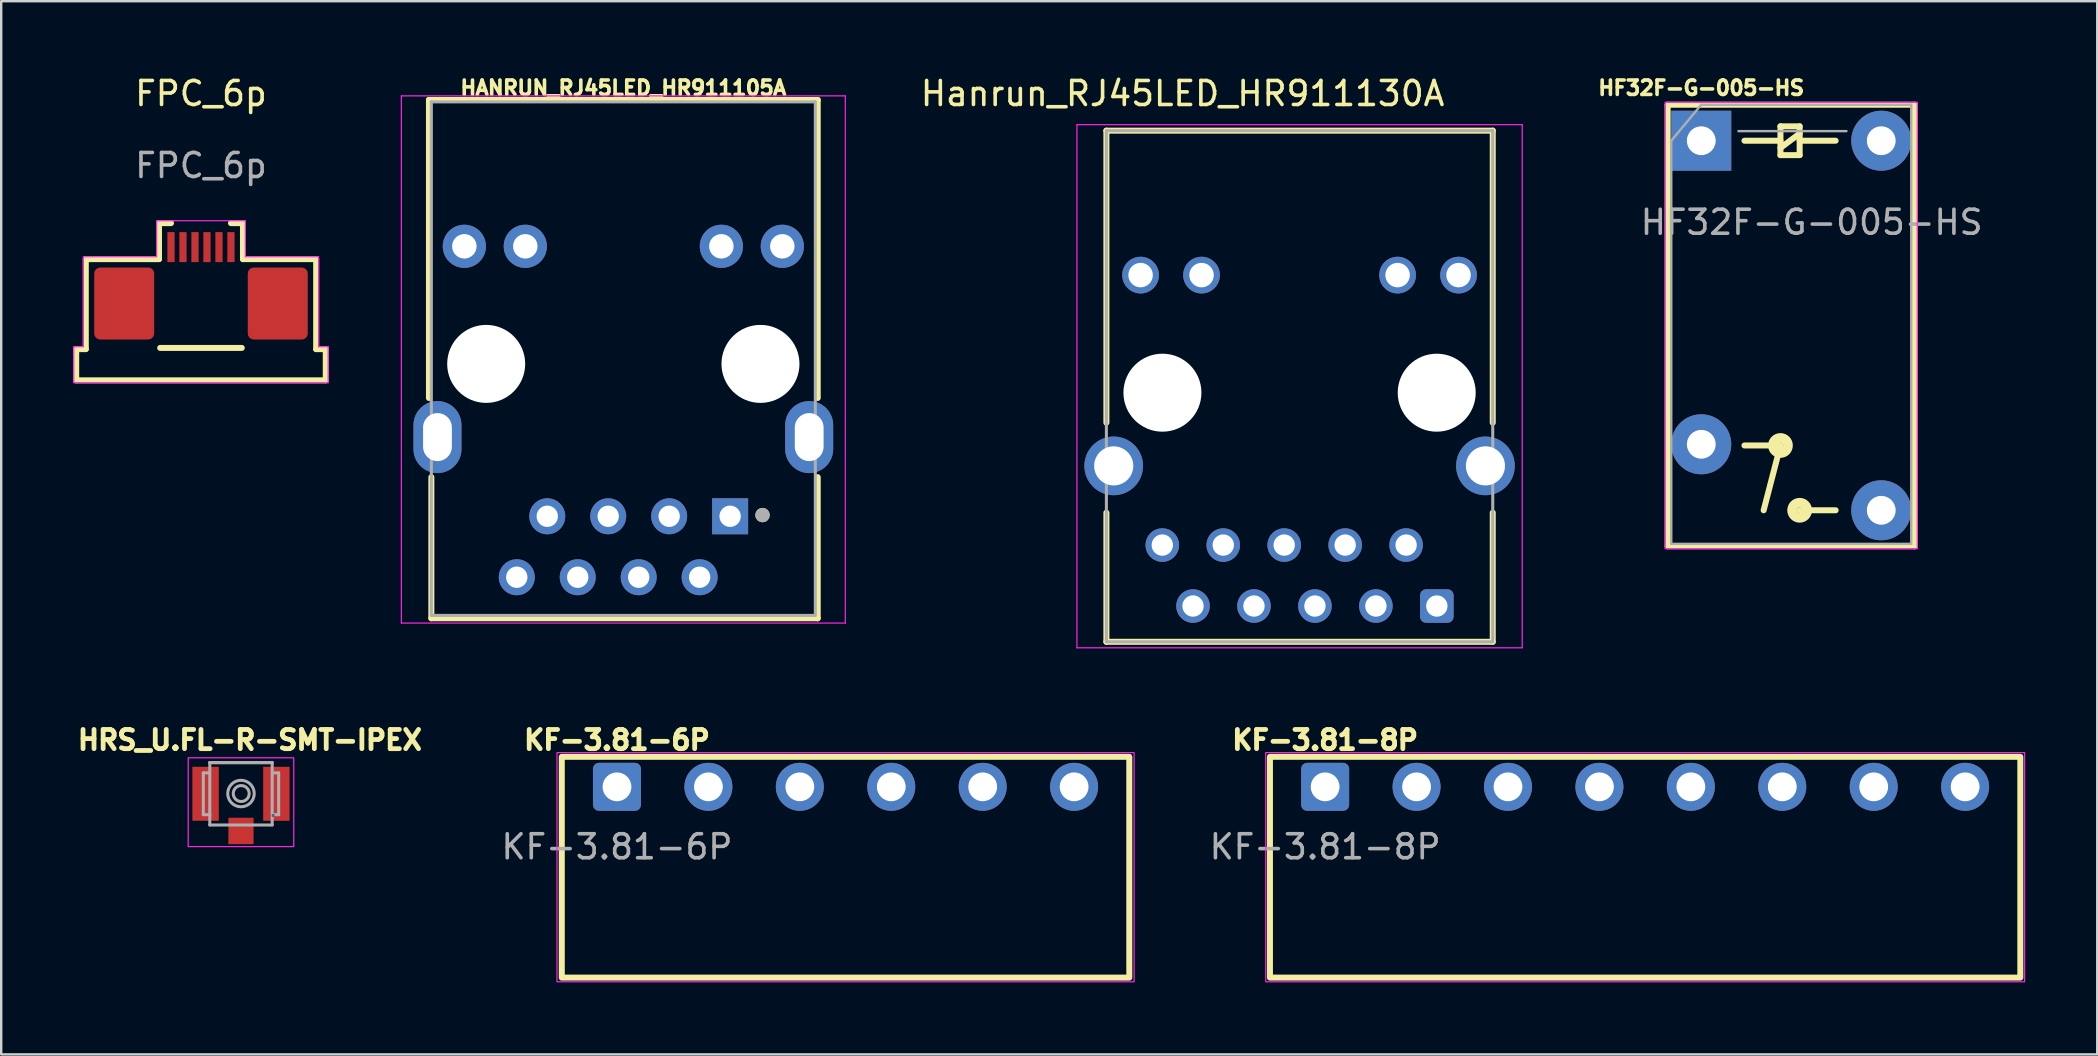
<source format=kicad_pcb>
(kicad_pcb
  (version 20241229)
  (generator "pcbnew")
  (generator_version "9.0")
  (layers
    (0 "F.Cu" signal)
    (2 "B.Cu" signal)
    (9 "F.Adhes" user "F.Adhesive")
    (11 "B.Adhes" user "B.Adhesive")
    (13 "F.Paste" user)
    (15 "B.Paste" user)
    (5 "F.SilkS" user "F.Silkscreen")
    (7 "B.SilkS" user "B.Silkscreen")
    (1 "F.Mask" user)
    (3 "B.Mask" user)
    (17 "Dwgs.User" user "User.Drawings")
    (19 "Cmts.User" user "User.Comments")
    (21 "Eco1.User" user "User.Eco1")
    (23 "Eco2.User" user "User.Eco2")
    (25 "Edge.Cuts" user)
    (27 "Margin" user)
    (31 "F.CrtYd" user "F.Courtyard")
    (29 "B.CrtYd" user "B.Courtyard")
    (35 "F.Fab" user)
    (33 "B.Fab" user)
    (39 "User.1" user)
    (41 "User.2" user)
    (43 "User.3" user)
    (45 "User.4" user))
  (footprint "HRS_U.FL-R-SMT-IPEX"
    (layer "F.Cu")
    (at 6.992 30.028)
    (property "Reference" "HRS_U.FL-R-SMT-IPEX" (at 0.371 -2.24 0) (layer "F.SilkS") (effects (font (size 0.8 0.8) (thickness 0.2) (bold yes))))
    (attr smd)
    (fp_line (start 1.3 -1.3) (end -1.3 -1.3) (stroke (width 0.127) (type solid)) (layer "F.SilkS"))
    (fp_rect (start -2.2 -1.5) (end 2.2 2.2) (stroke (width 0.05) (type default)) (fill no) (layer "F.CrtYd"))
    (fp_line (start 1.34 0.9) (end 1.34 0.91) (stroke (width 0.127) (type solid)) (layer "B.Fab"))
    (fp_line (start -1.57 -0.87) (end -1.57 0.87) (stroke (width 0.127) (type solid)) (layer "F.Fab"))
    (fp_line (start -1.57 -0.87) (end -1.33 -0.87) (stroke (width 0.127) (type solid)) (layer "F.Fab"))
    (fp_line (start -1.57 0.87) (end -1.3 0.87) (stroke (width 0.127) (type solid)) (layer "F.Fab"))
    (fp_line (start -1.33 -0.87) (end -1.33 -0.88) (stroke (width 0.127) (type solid)) (layer "F.Fab"))
    (fp_line (start -1.3 -1.3) (end 1.3 -1.3) (stroke (width 0.127) (type solid)) (layer "F.Fab"))
    (fp_line (start -1.3 0.87) (end -1.3 -1.3) (stroke (width 0.127) (type solid)) (layer "F.Fab"))
    (fp_line (start -1.3 1.3) (end -1.3 0.87) (stroke (width 0.127) (type solid)) (layer "F.Fab"))
    (fp_line (start -1.3 1.3) (end 1.3 1.3) (stroke (width 0.127) (type solid)) (layer "F.Fab"))
    (fp_line (start 1.3 -1.3) (end 1.3 1.3) (stroke (width 0.127) (type solid)) (layer "F.Fab"))
    (fp_line (start 1.38 -0.87) (end 1.57 -0.87) (stroke (width 0.127) (type solid)) (layer "F.Fab"))
    (fp_line (start 1.57 -0.87) (end 1.57 0.87) (stroke (width 0.127) (type solid)) (layer "F.Fab"))
    (fp_line (start 1.57 0.87) (end 1.34 0.87) (stroke (width 0.127) (type solid)) (layer "F.Fab"))
    (fp_circle (center 0 -0.01) (end 0.552 -0.01) (stroke (width 0.127) (type solid)) (fill no) (layer "F.Fab"))
    (fp_circle (center 0.01 -0.01) (end 0.342 -0.01) (stroke (width 0.127) (type solid)) (fill no) (layer "F.Fab"))
    (pad "1" smd rect (at 0 1.55) (size 1.05 1.1) (layers "F.Cu" "F.Mask" "F.Paste"))
    (pad "2" smd rect (at -1.475 0) (size 1.1 2.25) (layers "F.Cu" "F.Mask" "F.Paste"))
    (pad "2" smd rect (at 1.475 0) (size 1.1 2.25) (layers "F.Cu" "F.Mask" "F.Paste"))
    (zone (net_name "") (layer "F.Cu") (hatch full 0.508) (connect_pads) (min_thickness 0.01) (filled_areas_thickness no) (keepout (tracks not_allowed) (vias not_allowed) (pads not_allowed) (copperpour not_allowed) (footprints allowed)) (placement (enabled no)) (fill) (polygon (pts (xy 6.088 28.878) (xy 7.892 28.878) (xy 7.892 30.991) (xy 6.088 30.991)))))
  (footprint "KF-3.81-8P"
    (layer "F.Cu")
    (at 52.17 29.738)
    (property "Reference" "KF-3.81-8P" (at 0 -1.95 0) (unlocked yes) (layer "F.SilkS") (effects (font (size 0.8 0.8) (thickness 0.2) (bold yes))))
    (attr through_hole)
    (fp_rect (start -2.3 -1.25) (end 28.97 7.95) (stroke (width 0.25) (type default)) (fill no) (layer "F.SilkS"))
    (fp_rect (start -2.475 -1.425) (end 29.15 8.125) (stroke (width 0.05) (type default)) (fill no) (layer "F.CrtYd"))
    (fp_text user "${REFERENCE}" (at 0 2.5 0) (unlocked yes) (layer "F.Fab") (effects (font (size 1 1) (thickness 0.15))))
    (pad "1" thru_hole roundrect (at 0 0) (size 2 2) (drill 1.2) (layers "*.Cu" "*.Mask") (roundrect_rratio 0.125))
    (pad "2" thru_hole circle (at 3.81 0) (size 2 2) (drill 1.2) (layers "*.Cu" "*.Mask"))
    (pad "3" thru_hole circle (at 7.62 0) (size 2 2) (drill 1.2) (layers "*.Cu" "*.Mask"))
    (pad "4" thru_hole circle (at 11.43 0) (size 2 2) (drill 1.2) (layers "*.Cu" "*.Mask"))
    (pad "5" thru_hole circle (at 15.24 0) (size 2 2) (drill 1.2) (layers "*.Cu" "*.Mask"))
    (pad "6" thru_hole circle (at 19.05 0) (size 2 2) (drill 1.2) (layers "*.Cu" "*.Mask"))
    (pad "7" thru_hole circle (at 22.86 0) (size 2 2) (drill 1.2) (layers "*.Cu" "*.Mask"))
    (pad "8" thru_hole circle (at 26.67 0) (size 2 2) (drill 1.2) (layers "*.Cu" "*.Mask")))
  (footprint "KF-3.81-6P"
    (layer "F.Cu")
    (at 22.66 29.738)
    (property "Reference" "KF-3.81-6P" (at 0 -1.95 0) (unlocked yes) (layer "F.SilkS") (effects (font (size 0.8 0.8) (thickness 0.2) (bold yes))))
    (attr through_hole)
    (fp_rect (start -2.3 -1.25) (end 21.35 7.95) (stroke (width 0.25) (type default)) (fill no) (layer "F.SilkS"))
    (fp_rect (start -2.5 -1.425) (end 21.55 8.125) (stroke (width 0.05) (type default)) (fill no) (layer "F.CrtYd"))
    (fp_text user "${REFERENCE}" (at 0 2.5 0) (unlocked yes) (layer "F.Fab") (effects (font (size 1 1) (thickness 0.15))))
    (pad "1" thru_hole roundrect (at 0 0) (size 2 2) (drill 1.2) (layers "*.Cu" "*.Mask") (roundrect_rratio 0.125))
    (pad "2" thru_hole circle (at 3.81 0) (size 2 2) (drill 1.2) (layers "*.Cu" "*.Mask"))
    (pad "3" thru_hole circle (at 7.62 0) (size 2 2) (drill 1.2) (layers "*.Cu" "*.Mask"))
    (pad "4" thru_hole circle (at 11.43 0) (size 2 2) (drill 1.2) (layers "*.Cu" "*.Mask"))
    (pad "5" thru_hole circle (at 15.24 0) (size 2 2) (drill 1.2) (layers "*.Cu" "*.Mask"))
    (pad "6" thru_hole circle (at 19.05 0) (size 2 2) (drill 1.2) (layers "*.Cu" "*.Mask")))
  (footprint "HANRUN_RJ45LED_HR911105A"
    (layer "F.Cu")
    (at 22.925 12.114)
    (property "Reference" "HANRUN_RJ45LED_HR911105A" (at 0 -11.5 0) (layer "F.SilkS") (effects (font (size 0.6 0.6) (thickness 0.15) (bold yes))))
    (attr through_hole)
    (fp_line (start -8.1 -11) (end -8.1 1.42) (stroke (width 0.25) (type solid)) (layer "F.SilkS"))
    (fp_line (start -8 4.72) (end -8 10.6) (stroke (width 0.25) (type solid)) (layer "F.SilkS"))
    (fp_line (start 8.1 -11) (end -8.1 -11) (stroke (width 0.25) (type solid)) (layer "F.SilkS"))
    (fp_line (start 8.1 -11) (end 8.1 1.42) (stroke (width 0.25) (type solid)) (layer "F.SilkS"))
    (fp_line (start 8.1 4.72) (end 8.1 10.6) (stroke (width 0.25) (type solid)) (layer "F.SilkS"))
    (fp_line (start 8.1 10.6) (end -8 10.6) (stroke (width 0.25) (type solid)) (layer "F.SilkS"))
    (fp_circle (center 5.8 6.3) (end 5.95 6.3) (stroke (width 0.3) (type solid)) (fill no) (layer "F.SilkS"))
    (fp_line (start -9.25 -11.17) (end -9.25 10.8) (stroke (width 0.05) (type solid)) (layer "F.CrtYd"))
    (fp_line (start -9.25 10.8) (end 9.25 10.8) (stroke (width 0.05) (type solid)) (layer "F.CrtYd"))
    (fp_line (start 9.25 -11.17) (end -9.25 -11.17) (stroke (width 0.05) (type solid)) (layer "F.CrtYd"))
    (fp_line (start 9.25 10.8) (end 9.25 -11.17) (stroke (width 0.05) (type solid)) (layer "F.CrtYd"))
    (fp_line (start -8 -10.92) (end -8 10.48) (stroke (width 0.127) (type solid)) (layer "F.Fab"))
    (fp_line (start -8 10.48) (end 8 10.48) (stroke (width 0.127) (type solid)) (layer "F.Fab"))
    (fp_line (start 8 -10.92) (end -8 -10.92) (stroke (width 0.127) (type solid)) (layer "F.Fab"))
    (fp_line (start 8 10.48) (end 8 -10.92) (stroke (width 0.127) (type solid)) (layer "F.Fab"))
    (fp_circle (center 5.8 6.3) (end 5.95 6.3) (stroke (width 0.3) (type solid)) (fill no) (layer "F.Fab"))
    (pad "" np_thru_hole circle (at -5.715 0) (size 3.25 3.25) (drill 3.25) (layers "*.Cu" "*.Mask"))
    (pad "" np_thru_hole circle (at 5.715 0) (size 3.25 3.25) (drill 3.25) (layers "*.Cu" "*.Mask"))
    (pad "1" thru_hole rect (at 4.45 6.35) (size 1.5 1.5) (drill 0.89) (layers "*.Cu" "*.Mask"))
    (pad "2" thru_hole circle (at 3.18 8.89) (size 1.5 1.5) (drill 0.89) (layers "*.Cu" "*.Mask"))
    (pad "3" thru_hole circle (at 1.91 6.35) (size 1.5 1.5) (drill 0.89) (layers "*.Cu" "*.Mask"))
    (pad "4" thru_hole circle (at 0.64 8.89) (size 1.5 1.5) (drill 0.89) (layers "*.Cu" "*.Mask"))
    (pad "5" thru_hole circle (at -0.63 6.35) (size 1.5 1.5) (drill 0.89) (layers "*.Cu" "*.Mask"))
    (pad "6" thru_hole circle (at -1.9 8.89) (size 1.5 1.5) (drill 0.89) (layers "*.Cu" "*.Mask"))
    (pad "7" thru_hole circle (at -3.17 6.35) (size 1.5 1.5) (drill 0.89) (layers "*.Cu" "*.Mask"))
    (pad "8" thru_hole circle (at -4.44 8.89) (size 1.5 1.5) (drill 0.89) (layers "*.Cu" "*.Mask"))
    (pad "9" thru_hole circle (at 6.625 -4.9) (size 1.8 1.8) (drill 1.02) (layers "*.Cu" "*.Mask"))
    (pad "10" thru_hole circle (at 4.085 -4.9) (size 1.8 1.8) (drill 1.02) (layers "*.Cu" "*.Mask"))
    (pad "11" thru_hole circle (at -4.085 -4.9) (size 1.8 1.8) (drill 1.02) (layers "*.Cu" "*.Mask"))
    (pad "12" thru_hole circle (at -6.625 -4.9) (size 1.8 1.8) (drill 1.02) (layers "*.Cu" "*.Mask"))
    (pad "SH" thru_hole oval (at -7.745 3.05) (size 2 3) (drill oval 1.2 2) (layers "*.Cu" "*.Mask"))
    (pad "SH" thru_hole oval (at 7.745 3.05) (size 2 3) (drill oval 1.2 2) (layers "*.Cu" "*.Mask")))
  (footprint "FPC_6p"
    (layer "F.Cu")
    (at 5.325 9.548)
    (property "Reference" "FPC_6p" (at 0 -8.7 0) (unlocked yes) (layer "F.SilkS") (effects (font (size 1 1) (thickness 0.15))))
    (attr smd)
    (fp_line (start -5.2 1.95) (end -5.2 3.25) (stroke (width 0.25) (type solid)) (layer "F.SilkS"))
    (fp_line (start -5.2 1.95) (end -4.8 1.95) (stroke (width 0.25) (type solid)) (layer "F.SilkS"))
    (fp_line (start -5.2 3.25) (end 5.2 3.25) (stroke (width 0.25) (type solid)) (layer "F.SilkS"))
    (fp_line (start -4.8 -1.8) (end -4.8 1.95) (stroke (width 0.25) (type solid)) (layer "F.SilkS"))
    (fp_line (start -4.8 -1.8) (end -1.75 -1.8) (stroke (width 0.25) (type solid)) (layer "F.SilkS"))
    (fp_line (start -1.75 -3.3) (end -1.25 -3.3) (stroke (width 0.25) (type solid)) (layer "F.SilkS"))
    (fp_line (start -1.75 -1.8) (end -1.75 -3.3) (stroke (width 0.25) (type solid)) (layer "F.SilkS"))
    (fp_line (start -1.7 1.9) (end 1.7 1.9) (stroke (width 0.25) (type default)) (layer "F.SilkS"))
    (fp_line (start 1.75 -3.3) (end 1.25 -3.3) (stroke (width 0.25) (type solid)) (layer "F.SilkS"))
    (fp_line (start 1.75 -1.8) (end 1.75 -3.3) (stroke (width 0.25) (type solid)) (layer "F.SilkS"))
    (fp_line (start 1.75 -1.8) (end 4.8 -1.8) (stroke (width 0.25) (type solid)) (layer "F.SilkS"))
    (fp_line (start 4.8 -1.8) (end 4.8 1.95) (stroke (width 0.25) (type solid)) (layer "F.SilkS"))
    (fp_line (start 4.8 1.95) (end 5.2 1.95) (stroke (width 0.25) (type solid)) (layer "F.SilkS"))
    (fp_line (start 5.2 1.95) (end 5.2 3.25) (stroke (width 0.25) (type solid)) (layer "F.SilkS"))
    (fp_line (start -5.3 1.85) (end -4.9 1.85) (stroke (width 0.05) (type solid)) (layer "F.CrtYd"))
    (fp_line (start -5.3 3.35) (end -5.3 1.85) (stroke (width 0.05) (type solid)) (layer "F.CrtYd"))
    (fp_line (start -4.9 -1.9) (end -1.85 -1.9) (stroke (width 0.05) (type solid)) (layer "F.CrtYd"))
    (fp_line (start -4.9 1.85) (end -4.9 -1.9) (stroke (width 0.05) (type solid)) (layer "F.CrtYd"))
    (fp_line (start -1.85 -3.4) (end 1.85 -3.4) (stroke (width 0.05) (type solid)) (layer "F.CrtYd"))
    (fp_line (start -1.85 -1.9) (end -1.85 -3.4) (stroke (width 0.05) (type solid)) (layer "F.CrtYd"))
    (fp_line (start 1.85 -3.4) (end 1.85 -1.9) (stroke (width 0.05) (type solid)) (layer "F.CrtYd"))
    (fp_line (start 1.85 -1.9) (end 4.9 -1.9) (stroke (width 0.05) (type solid)) (layer "F.CrtYd"))
    (fp_line (start 4.9 -1.9) (end 4.9 1.85) (stroke (width 0.05) (type solid)) (layer "F.CrtYd"))
    (fp_line (start 4.9 1.85) (end 5.3 1.85) (stroke (width 0.05) (type solid)) (layer "F.CrtYd"))
    (fp_line (start 5.3 1.85) (end 5.3 3.35) (stroke (width 0.05) (type solid)) (layer "F.CrtYd"))
    (fp_line (start 5.3 3.35) (end -5.3 3.35) (stroke (width 0.05) (type solid)) (layer "F.CrtYd"))
    (fp_text user "${REFERENCE}" (at 0 -5.7 0) (unlocked yes) (layer "F.Fab") (effects (font (size 1 1) (thickness 0.15))))
    (pad "1" smd rect (at 1.25 -2.3 180) (size 0.3 1.25) (layers "F.Cu" "F.Mask" "F.Paste"))
    (pad "2" smd rect (at 0.75 -2.3 180) (size 0.3 1.25) (layers "F.Cu" "F.Mask" "F.Paste"))
    (pad "3" smd rect (at 0.25 -2.3 180) (size 0.3 1.25) (layers "F.Cu" "F.Mask" "F.Paste"))
    (pad "4" smd rect (at -0.25 -2.3 180) (size 0.3 1.25) (layers "F.Cu" "F.Mask" "F.Paste"))
    (pad "5" smd rect (at -0.75 -2.3 180) (size 0.3 1.25) (layers "F.Cu" "F.Mask" "F.Paste"))
    (pad "6" smd rect (at -1.25 -2.3 180) (size 0.3 1.25) (layers "F.Cu" "F.Mask" "F.Paste"))
    (pad "7" smd roundrect (at 3.2 0.05) (size 2.5 3) (layers "F.Cu" "F.Mask" "F.Paste") (roundrect_rratio 0.1))
    (pad "8" smd roundrect (at -3.2 0.05) (size 2.5 3) (layers "F.Cu" "F.Mask" "F.Paste") (roundrect_rratio 0.1)))
  (footprint "Hanrun_RJ45LED_HR911130A"
    (layer "F.Cu")
    (at 51.105 13.314)
    (property "Reference" "Hanrun_RJ45LED_HR911130A" (at -4.875 -12.466 0) (layer "F.SilkS") (effects (font (size 1 1) (thickness 0.15))))
    (attr through_hole)
    (fp_line (start -8.05 1.25) (end -8.05 -10.92) (stroke (width 0.25) (type solid)) (layer "F.SilkS"))
    (fp_line (start -8.05 10.38) (end -8.05 5) (stroke (width 0.25) (type solid)) (layer "F.SilkS"))
    (fp_line (start -8.05 10.38) (end 8.05 10.38) (stroke (width 0.25) (type solid)) (layer "F.SilkS"))
    (fp_line (start 8.05 -10.92) (end -8.05 -10.92) (stroke (width 0.25) (type solid)) (layer "F.SilkS"))
    (fp_line (start 8.05 1.25) (end 8.05 -10.92) (stroke (width 0.25) (type solid)) (layer "F.SilkS"))
    (fp_line (start 8.05 10.38) (end 8.05 5) (stroke (width 0.25) (type solid)) (layer "F.SilkS"))
    (fp_line (start -9.277 -11.17) (end 9.277 -11.17) (stroke (width 0.05) (type solid)) (layer "F.CrtYd"))
    (fp_line (start -9.277 10.63) (end -9.277 -11.17) (stroke (width 0.05) (type solid)) (layer "F.CrtYd"))
    (fp_line (start 9.277 -11.17) (end 9.277 10.63) (stroke (width 0.05) (type solid)) (layer "F.CrtYd"))
    (fp_line (start 9.277 10.63) (end -9.277 10.63) (stroke (width 0.05) (type solid)) (layer "F.CrtYd"))
    (fp_line (start -8.05 -10.92) (end -8.05 10.38) (stroke (width 0.127) (type solid)) (layer "F.Fab"))
    (fp_line (start -8.05 10.38) (end 8.05 10.38) (stroke (width 0.127) (type solid)) (layer "F.Fab"))
    (fp_line (start 8.05 -10.92) (end -8.05 -10.92) (stroke (width 0.127) (type solid)) (layer "F.Fab"))
    (fp_line (start 8.05 10.38) (end 8.05 -10.92) (stroke (width 0.127) (type solid)) (layer "F.Fab"))
    (pad "" np_thru_hole circle (at -5.715 0) (size 3.25 3.25) (drill 3.25) (layers "*.Cu" "*.Mask"))
    (pad "" np_thru_hole circle (at 5.715 0) (size 3.25 3.25) (drill 3.25) (layers "*.Cu" "*.Mask"))
    (pad "1" thru_hole roundrect (at 5.72 8.89) (size 1.398 1.398) (drill 0.89) (layers "*.Cu" "*.Mask") (roundrect_rratio 0.179))
    (pad "2" thru_hole circle (at 4.44 6.35) (size 1.398 1.398) (drill 0.89) (layers "*.Cu" "*.Mask"))
    (pad "3" thru_hole circle (at 3.18 8.89) (size 1.398 1.398) (drill 0.89) (layers "*.Cu" "*.Mask"))
    (pad "4" thru_hole circle (at 1.9 6.35) (size 1.398 1.398) (drill 0.89) (layers "*.Cu" "*.Mask"))
    (pad "5" thru_hole circle (at 0.64 8.89) (size 1.398 1.398) (drill 0.89) (layers "*.Cu" "*.Mask"))
    (pad "6" thru_hole circle (at -0.64 6.35) (size 1.398 1.398) (drill 0.89) (layers "*.Cu" "*.Mask"))
    (pad "7" thru_hole circle (at -1.9 8.89) (size 1.398 1.398) (drill 0.89) (layers "*.Cu" "*.Mask"))
    (pad "8" thru_hole circle (at -3.18 6.35) (size 1.398 1.398) (drill 0.89) (layers "*.Cu" "*.Mask"))
    (pad "9" thru_hole circle (at -4.44 8.89) (size 1.398 1.398) (drill 0.89) (layers "*.Cu" "*.Mask"))
    (pad "10" thru_hole circle (at -5.72 6.35) (size 1.398 1.398) (drill 0.89) (layers "*.Cu" "*.Mask"))
    (pad "11" thru_hole circle (at 6.625 -4.9) (size 1.53 1.53) (drill 1.02) (layers "*.Cu" "*.Mask"))
    (pad "12" thru_hole circle (at 4.085 -4.9) (size 1.53 1.53) (drill 1.02) (layers "*.Cu" "*.Mask"))
    (pad "13" thru_hole circle (at -4.085 -4.9) (size 1.53 1.53) (drill 1.02) (layers "*.Cu" "*.Mask"))
    (pad "14" thru_hole circle (at -6.625 -4.9) (size 1.53 1.53) (drill 1.02) (layers "*.Cu" "*.Mask"))
    (pad "S1" thru_hole circle (at 7.745 3.05) (size 2.445 2.445) (drill 1.63) (layers "*.Cu" "*.Mask"))
    (pad "S2" thru_hole circle (at -7.745 3.05) (size 2.445 2.445) (drill 1.63) (layers "*.Cu" "*.Mask")))
  (footprint "HF32F-G-005-HS"
    (layer "F.Cu")
    (at 67.844 2.814)
    (property "Reference" "HF32F-G-005-HS" (at 0 -2.2 180) (layer "F.SilkS") (effects (font (size 0.6 0.6) (thickness 0.15) (bold yes))))
    (attr through_hole)
    (fp_line (start -1.4 -1.5) (end -1.4 16.9) (stroke (width 0.25) (type solid)) (layer "F.SilkS"))
    (fp_line (start 1.8 0) (end 3.3 0) (stroke (width 0.25) (type default)) (layer "F.SilkS"))
    (fp_line (start 1.8 12.7) (end 3.3 12.7) (stroke (width 0.25) (type default)) (layer "F.SilkS"))
    (fp_line (start 3.3 -0.6) (end 3.3 0.6) (stroke (width 0.25) (type solid)) (layer "F.SilkS"))
    (fp_line (start 3.3 0.3) (end 4.1 -0.3) (stroke (width 0.25) (type solid)) (layer "F.SilkS"))
    (fp_line (start 3.3 0.6) (end 4.1 0.6) (stroke (width 0.25) (type solid)) (layer "F.SilkS"))
    (fp_line (start 3.3 12.7) (end 2.6 15.4) (stroke (width 0.25) (type default)) (layer "F.SilkS"))
    (fp_line (start 4.1 -0.6) (end 3.3 -0.6) (stroke (width 0.25) (type solid)) (layer "F.SilkS"))
    (fp_line (start 4.1 0) (end 5.6 0) (stroke (width 0.25) (type default)) (layer "F.SilkS"))
    (fp_line (start 4.1 0.6) (end 4.1 -0.6) (stroke (width 0.25) (type solid)) (layer "F.SilkS"))
    (fp_line (start 4.1 15.4) (end 5.6 15.4) (stroke (width 0.25) (type default)) (layer "F.SilkS"))
    (fp_line (start 8.9 -1.5) (end -1.4 -1.5) (stroke (width 0.25) (type solid)) (layer "F.SilkS"))
    (fp_line (start 8.9 -1.5) (end 8.9 16.9) (stroke (width 0.25) (type solid)) (layer "F.SilkS"))
    (fp_line (start 8.9 16.9) (end -1.4 16.9) (stroke (width 0.25) (type solid)) (layer "F.SilkS"))
    (fp_circle (center 3.3 12.7) (end 3.616 12.7) (stroke (width 0.4) (type default)) (fill no) (layer "F.SilkS"))
    (fp_circle (center 4.1 15.4) (end 4.416 15.4) (stroke (width 0.4) (type default)) (fill no) (layer "F.SilkS"))
    (fp_line (start -1.5 -1.6) (end -1.5 17) (stroke (width 0.05) (type solid)) (layer "F.CrtYd"))
    (fp_line (start 9 -1.6) (end -1.5 -1.6) (stroke (width 0.05) (type solid)) (layer "F.CrtYd"))
    (fp_line (start 9 17) (end -1.5 17) (stroke (width 0.05) (type solid)) (layer "F.CrtYd"))
    (fp_line (start 9 17) (end 9 -1.6) (stroke (width 0.05) (type solid)) (layer "F.CrtYd"))
    (fp_line (start -1.25 0) (end -1.25 16.8) (stroke (width 0.1) (type solid)) (layer "F.Fab"))
    (fp_line (start -1.25 0) (end 0 -1.5) (stroke (width 0.1) (type solid)) (layer "F.Fab"))
    (fp_line (start 1.55 -0.4) (end 6.05 -0.4) (stroke (width 0.1) (type solid)) (layer "F.Fab"))
    (fp_line (start 8.75 -1.5) (end 0 -1.5) (stroke (width 0.1) (type solid)) (layer "F.Fab"))
    (fp_line (start 8.75 16.8) (end -1.25 16.8) (stroke (width 0.1) (type solid)) (layer "F.Fab"))
    (fp_line (start 8.75 16.8) (end 8.75 -1.5) (stroke (width 0.1) (type solid)) (layer "F.Fab"))
    (fp_text user "${REFERENCE}" (at 4.6 3.4 180) (layer "F.Fab") (effects (font (size 1 1) (thickness 0.15))))
    (pad "1" thru_hole rect (at 0 0) (size 2.5 2.5) (drill 1.2) (layers "*.Cu" "*.Mask"))
    (pad "3" thru_hole oval (at 0 12.65) (size 2.5 2.5) (drill 1.2) (layers "*.Cu" "*.Mask"))
    (pad "5" thru_hole oval (at 7.5 15.4) (size 2.5 2.5) (drill 1.2) (layers "*.Cu" "*.Mask"))
    (pad "6" thru_hole oval (at 7.5 0) (size 2.5 2.5) (drill 1.2) (layers "*.Cu" "*.Mask")))
  (gr_rect
    (start -3 -3)
    (end 84.345 40.888)
    (stroke (width 0.1) (type default))
    (fill no)
    (layer "Edge.Cuts")))
</source>
